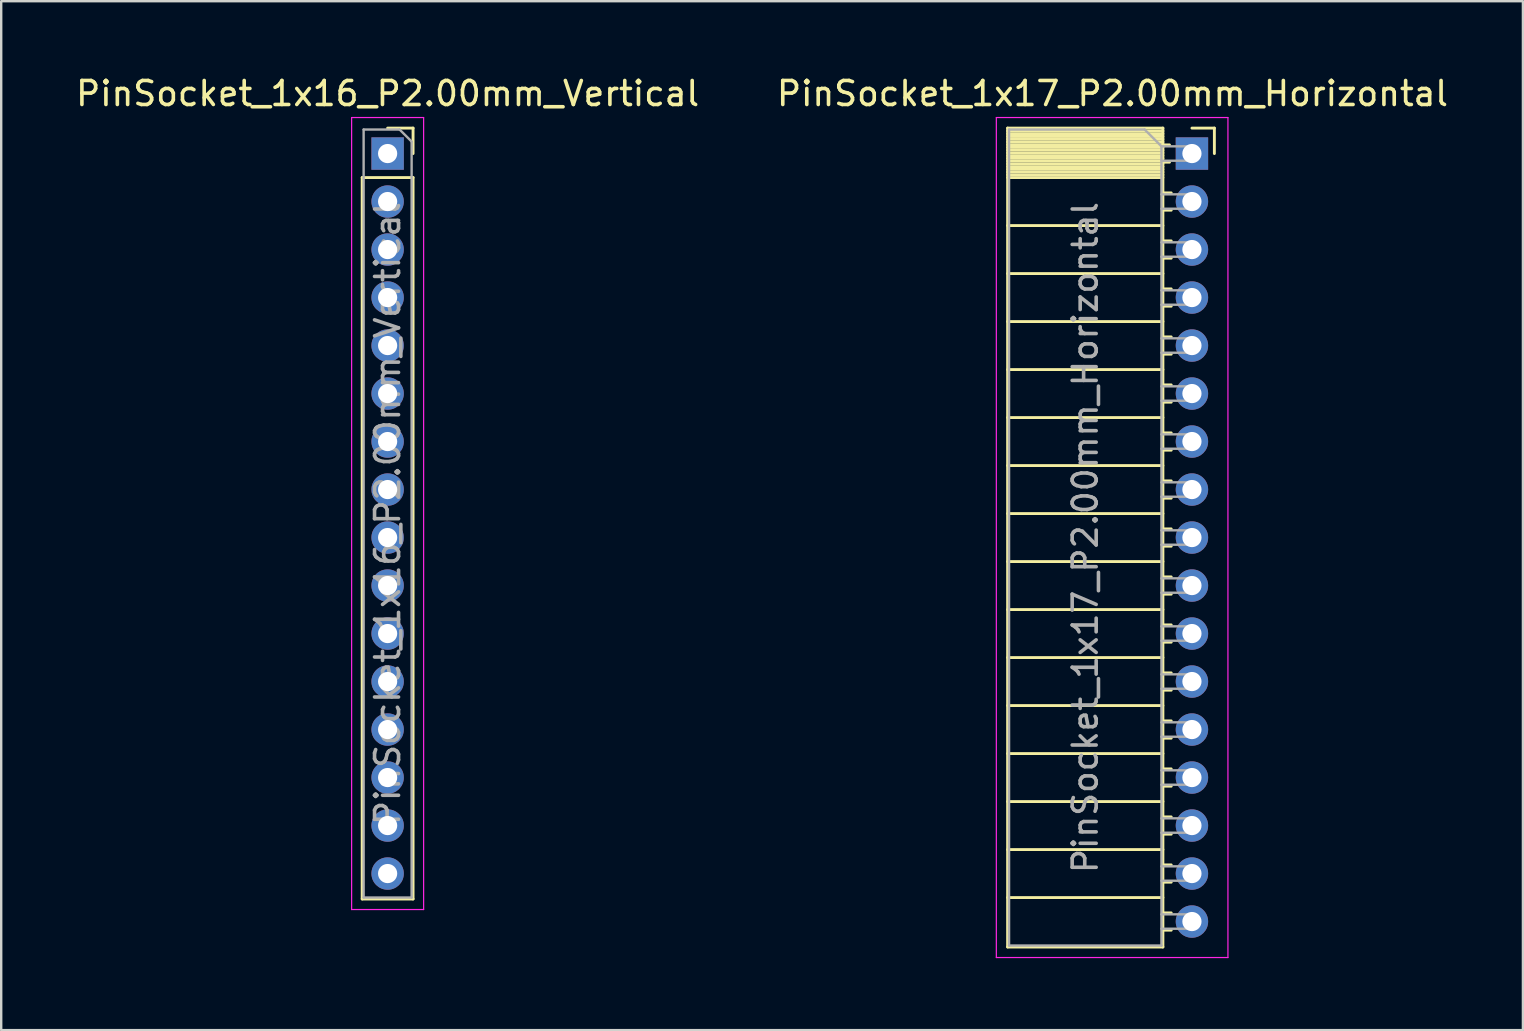
<source format=kicad_pcb>
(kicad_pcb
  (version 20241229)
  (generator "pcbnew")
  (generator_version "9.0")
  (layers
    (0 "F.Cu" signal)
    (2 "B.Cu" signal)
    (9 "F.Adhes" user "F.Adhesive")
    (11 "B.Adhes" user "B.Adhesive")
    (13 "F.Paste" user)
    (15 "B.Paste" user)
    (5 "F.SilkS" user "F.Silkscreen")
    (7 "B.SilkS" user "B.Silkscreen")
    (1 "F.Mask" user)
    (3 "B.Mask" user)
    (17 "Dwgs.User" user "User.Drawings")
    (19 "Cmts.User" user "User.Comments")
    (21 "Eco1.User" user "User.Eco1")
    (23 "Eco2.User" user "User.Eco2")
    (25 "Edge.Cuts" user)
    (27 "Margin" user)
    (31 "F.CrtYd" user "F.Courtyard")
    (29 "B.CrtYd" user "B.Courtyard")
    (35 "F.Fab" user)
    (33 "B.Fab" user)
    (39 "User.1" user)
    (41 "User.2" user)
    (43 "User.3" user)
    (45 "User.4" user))
  (footprint "PinSocket_1x16_P2.00mm_Vertical"
    (layer "F.Cu")
    (at 13.101 3.348)
    (property "Reference" "PinSocket_1x16_P2.00mm_Vertical" (at 0 -2.5 0) (layer "F.SilkS") (effects (font (size 1 1) (thickness 0.15))))
    (attr through_hole)
    (fp_line (start -1.06 1) (end -1.06 31.06) (stroke (width 0.12) (type solid)) (layer "F.SilkS"))
    (fp_line (start -1.06 1) (end 1.06 1) (stroke (width 0.12) (type solid)) (layer "F.SilkS"))
    (fp_line (start -1.06 31.06) (end 1.06 31.06) (stroke (width 0.12) (type solid)) (layer "F.SilkS"))
    (fp_line (start 0 -1.06) (end 1.06 -1.06) (stroke (width 0.12) (type solid)) (layer "F.SilkS"))
    (fp_line (start 1.06 -1.06) (end 1.06 0) (stroke (width 0.12) (type solid)) (layer "F.SilkS"))
    (fp_line (start 1.06 1) (end 1.06 31.06) (stroke (width 0.12) (type solid)) (layer "F.SilkS"))
    (fp_line (start -1.5 -1.5) (end 1.5 -1.5) (stroke (width 0.05) (type solid)) (layer "F.CrtYd"))
    (fp_line (start -1.5 31.5) (end -1.5 -1.5) (stroke (width 0.05) (type solid)) (layer "F.CrtYd"))
    (fp_line (start 1.5 -1.5) (end 1.5 31.5) (stroke (width 0.05) (type solid)) (layer "F.CrtYd"))
    (fp_line (start 1.5 31.5) (end -1.5 31.5) (stroke (width 0.05) (type solid)) (layer "F.CrtYd"))
    (fp_line (start -1 -1) (end 0.5 -1) (stroke (width 0.1) (type solid)) (layer "F.Fab"))
    (fp_line (start -1 31) (end -1 -1) (stroke (width 0.1) (type solid)) (layer "F.Fab"))
    (fp_line (start 0.5 -1) (end 1 -0.5) (stroke (width 0.1) (type solid)) (layer "F.Fab"))
    (fp_line (start 1 -0.5) (end 1 31) (stroke (width 0.1) (type solid)) (layer "F.Fab"))
    (fp_line (start 1 31) (end -1 31) (stroke (width 0.1) (type solid)) (layer "F.Fab"))
    (fp_text user "${REFERENCE}" (at 0 15 90) (layer "F.Fab") (effects (font (size 1 1) (thickness 0.15))))
    (pad "1" thru_hole rect (at 0 0) (size 1.35 1.35) (drill 0.8) (layers "*.Cu" "*.Mask"))
    (pad "2" thru_hole oval (at 0 2) (size 1.35 1.35) (drill 0.8) (layers "*.Cu" "*.Mask"))
    (pad "3" thru_hole oval (at 0 4) (size 1.35 1.35) (drill 0.8) (layers "*.Cu" "*.Mask"))
    (pad "4" thru_hole oval (at 0 6) (size 1.35 1.35) (drill 0.8) (layers "*.Cu" "*.Mask"))
    (pad "5" thru_hole oval (at 0 8) (size 1.35 1.35) (drill 0.8) (layers "*.Cu" "*.Mask"))
    (pad "6" thru_hole oval (at 0 10) (size 1.35 1.35) (drill 0.8) (layers "*.Cu" "*.Mask"))
    (pad "7" thru_hole oval (at 0 12) (size 1.35 1.35) (drill 0.8) (layers "*.Cu" "*.Mask"))
    (pad "8" thru_hole oval (at 0 14) (size 1.35 1.35) (drill 0.8) (layers "*.Cu" "*.Mask"))
    (pad "9" thru_hole oval (at 0 16) (size 1.35 1.35) (drill 0.8) (layers "*.Cu" "*.Mask"))
    (pad "10" thru_hole oval (at 0 18) (size 1.35 1.35) (drill 0.8) (layers "*.Cu" "*.Mask"))
    (pad "11" thru_hole oval (at 0 20) (size 1.35 1.35) (drill 0.8) (layers "*.Cu" "*.Mask"))
    (pad "12" thru_hole oval (at 0 22) (size 1.35 1.35) (drill 0.8) (layers "*.Cu" "*.Mask"))
    (pad "13" thru_hole oval (at 0 24) (size 1.35 1.35) (drill 0.8) (layers "*.Cu" "*.Mask"))
    (pad "14" thru_hole oval (at 0 26) (size 1.35 1.35) (drill 0.8) (layers "*.Cu" "*.Mask"))
    (pad "15" thru_hole oval (at 0 28) (size 1.35 1.35) (drill 0.8) (layers "*.Cu" "*.Mask"))
    (pad "16" thru_hole oval (at 0 30) (size 1.35 1.35) (drill 0.8) (layers "*.Cu" "*.Mask")))
  (footprint "PinSocket_1x17_P2.00mm_Horizontal"
    (layer "F.Cu")
    (at 46.614 3.348)
    (property "Reference" "PinSocket_1x17_P2.00mm_Horizontal" (at -3.31 -2.5 0) (layer "F.SilkS") (effects (font (size 1 1) (thickness 0.15))))
    (attr through_hole)
    (fp_line (start -7.68 -1.06) (end -7.68 33.06) (stroke (width 0.12) (type solid)) (layer "F.SilkS"))
    (fp_line (start -7.68 -1.06) (end -1.21 -1.06) (stroke (width 0.12) (type solid)) (layer "F.SilkS"))
    (fp_line (start -7.68 -0.94) (end -1.21 -0.94) (stroke (width 0.12) (type solid)) (layer "F.SilkS"))
    (fp_line (start -7.68 -0.826) (end -1.21 -0.826) (stroke (width 0.12) (type solid)) (layer "F.SilkS"))
    (fp_line (start -7.68 -0.712) (end -1.21 -0.712) (stroke (width 0.12) (type solid)) (layer "F.SilkS"))
    (fp_line (start -7.68 -0.598) (end -1.21 -0.598) (stroke (width 0.12) (type solid)) (layer "F.SilkS"))
    (fp_line (start -7.68 -0.484) (end -1.21 -0.484) (stroke (width 0.12) (type solid)) (layer "F.SilkS"))
    (fp_line (start -7.68 -0.369) (end -1.21 -0.369) (stroke (width 0.12) (type solid)) (layer "F.SilkS"))
    (fp_line (start -7.68 -0.255) (end -1.21 -0.255) (stroke (width 0.12) (type solid)) (layer "F.SilkS"))
    (fp_line (start -7.68 -0.141) (end -1.21 -0.141) (stroke (width 0.12) (type solid)) (layer "F.SilkS"))
    (fp_line (start -7.68 -0.027) (end -1.21 -0.027) (stroke (width 0.12) (type solid)) (layer "F.SilkS"))
    (fp_line (start -7.68 0.087) (end -1.21 0.087) (stroke (width 0.12) (type solid)) (layer "F.SilkS"))
    (fp_line (start -7.68 0.201) (end -1.21 0.201) (stroke (width 0.12) (type solid)) (layer "F.SilkS"))
    (fp_line (start -7.68 0.315) (end -1.21 0.315) (stroke (width 0.12) (type solid)) (layer "F.SilkS"))
    (fp_line (start -7.68 0.429) (end -1.21 0.429) (stroke (width 0.12) (type solid)) (layer "F.SilkS"))
    (fp_line (start -7.68 0.544) (end -1.21 0.544) (stroke (width 0.12) (type solid)) (layer "F.SilkS"))
    (fp_line (start -7.68 0.658) (end -1.21 0.658) (stroke (width 0.12) (type solid)) (layer "F.SilkS"))
    (fp_line (start -7.68 0.772) (end -1.21 0.772) (stroke (width 0.12) (type solid)) (layer "F.SilkS"))
    (fp_line (start -7.68 0.886) (end -1.21 0.886) (stroke (width 0.12) (type solid)) (layer "F.SilkS"))
    (fp_line (start -7.68 1) (end -1.21 1) (stroke (width 0.12) (type solid)) (layer "F.SilkS"))
    (fp_line (start -7.68 3) (end -1.21 3) (stroke (width 0.12) (type solid)) (layer "F.SilkS"))
    (fp_line (start -7.68 5) (end -1.21 5) (stroke (width 0.12) (type solid)) (layer "F.SilkS"))
    (fp_line (start -7.68 7) (end -1.21 7) (stroke (width 0.12) (type solid)) (layer "F.SilkS"))
    (fp_line (start -7.68 9) (end -1.21 9) (stroke (width 0.12) (type solid)) (layer "F.SilkS"))
    (fp_line (start -7.68 11) (end -1.21 11) (stroke (width 0.12) (type solid)) (layer "F.SilkS"))
    (fp_line (start -7.68 13) (end -1.21 13) (stroke (width 0.12) (type solid)) (layer "F.SilkS"))
    (fp_line (start -7.68 15) (end -1.21 15) (stroke (width 0.12) (type solid)) (layer "F.SilkS"))
    (fp_line (start -7.68 17) (end -1.21 17) (stroke (width 0.12) (type solid)) (layer "F.SilkS"))
    (fp_line (start -7.68 19) (end -1.21 19) (stroke (width 0.12) (type solid)) (layer "F.SilkS"))
    (fp_line (start -7.68 21) (end -1.21 21) (stroke (width 0.12) (type solid)) (layer "F.SilkS"))
    (fp_line (start -7.68 23) (end -1.21 23) (stroke (width 0.12) (type solid)) (layer "F.SilkS"))
    (fp_line (start -7.68 25) (end -1.21 25) (stroke (width 0.12) (type solid)) (layer "F.SilkS"))
    (fp_line (start -7.68 27) (end -1.21 27) (stroke (width 0.12) (type solid)) (layer "F.SilkS"))
    (fp_line (start -7.68 29) (end -1.21 29) (stroke (width 0.12) (type solid)) (layer "F.SilkS"))
    (fp_line (start -7.68 31) (end -1.21 31) (stroke (width 0.12) (type solid)) (layer "F.SilkS"))
    (fp_line (start -7.68 33.06) (end -1.21 33.06) (stroke (width 0.12) (type solid)) (layer "F.SilkS"))
    (fp_line (start -1.21 -1.06) (end -1.21 33.06) (stroke (width 0.12) (type solid)) (layer "F.SilkS"))
    (fp_line (start -1.21 -0.36) (end -0.935 -0.36) (stroke (width 0.12) (type solid)) (layer "F.SilkS"))
    (fp_line (start -1.21 0.36) (end -0.935 0.36) (stroke (width 0.12) (type solid)) (layer "F.SilkS"))
    (fp_line (start -1.21 1.64) (end -0.863 1.64) (stroke (width 0.12) (type solid)) (layer "F.SilkS"))
    (fp_line (start -1.21 2.36) (end -0.863 2.36) (stroke (width 0.12) (type solid)) (layer "F.SilkS"))
    (fp_line (start -1.21 3.64) (end -0.863 3.64) (stroke (width 0.12) (type solid)) (layer "F.SilkS"))
    (fp_line (start -1.21 4.36) (end -0.863 4.36) (stroke (width 0.12) (type solid)) (layer "F.SilkS"))
    (fp_line (start -1.21 5.64) (end -0.863 5.64) (stroke (width 0.12) (type solid)) (layer "F.SilkS"))
    (fp_line (start -1.21 6.36) (end -0.863 6.36) (stroke (width 0.12) (type solid)) (layer "F.SilkS"))
    (fp_line (start -1.21 7.64) (end -0.863 7.64) (stroke (width 0.12) (type solid)) (layer "F.SilkS"))
    (fp_line (start -1.21 8.36) (end -0.863 8.36) (stroke (width 0.12) (type solid)) (layer "F.SilkS"))
    (fp_line (start -1.21 9.64) (end -0.863 9.64) (stroke (width 0.12) (type solid)) (layer "F.SilkS"))
    (fp_line (start -1.21 10.36) (end -0.863 10.36) (stroke (width 0.12) (type solid)) (layer "F.SilkS"))
    (fp_line (start -1.21 11.64) (end -0.863 11.64) (stroke (width 0.12) (type solid)) (layer "F.SilkS"))
    (fp_line (start -1.21 12.36) (end -0.863 12.36) (stroke (width 0.12) (type solid)) (layer "F.SilkS"))
    (fp_line (start -1.21 13.64) (end -0.863 13.64) (stroke (width 0.12) (type solid)) (layer "F.SilkS"))
    (fp_line (start -1.21 14.36) (end -0.863 14.36) (stroke (width 0.12) (type solid)) (layer "F.SilkS"))
    (fp_line (start -1.21 15.64) (end -0.863 15.64) (stroke (width 0.12) (type solid)) (layer "F.SilkS"))
    (fp_line (start -1.21 16.36) (end -0.863 16.36) (stroke (width 0.12) (type solid)) (layer "F.SilkS"))
    (fp_line (start -1.21 17.64) (end -0.863 17.64) (stroke (width 0.12) (type solid)) (layer "F.SilkS"))
    (fp_line (start -1.21 18.36) (end -0.863 18.36) (stroke (width 0.12) (type solid)) (layer "F.SilkS"))
    (fp_line (start -1.21 19.64) (end -0.863 19.64) (stroke (width 0.12) (type solid)) (layer "F.SilkS"))
    (fp_line (start -1.21 20.36) (end -0.863 20.36) (stroke (width 0.12) (type solid)) (layer "F.SilkS"))
    (fp_line (start -1.21 21.64) (end -0.863 21.64) (stroke (width 0.12) (type solid)) (layer "F.SilkS"))
    (fp_line (start -1.21 22.36) (end -0.863 22.36) (stroke (width 0.12) (type solid)) (layer "F.SilkS"))
    (fp_line (start -1.21 23.64) (end -0.863 23.64) (stroke (width 0.12) (type solid)) (layer "F.SilkS"))
    (fp_line (start -1.21 24.36) (end -0.863 24.36) (stroke (width 0.12) (type solid)) (layer "F.SilkS"))
    (fp_line (start -1.21 25.64) (end -0.863 25.64) (stroke (width 0.12) (type solid)) (layer "F.SilkS"))
    (fp_line (start -1.21 26.36) (end -0.863 26.36) (stroke (width 0.12) (type solid)) (layer "F.SilkS"))
    (fp_line (start -1.21 27.64) (end -0.863 27.64) (stroke (width 0.12) (type solid)) (layer "F.SilkS"))
    (fp_line (start -1.21 28.36) (end -0.863 28.36) (stroke (width 0.12) (type solid)) (layer "F.SilkS"))
    (fp_line (start -1.21 29.64) (end -0.863 29.64) (stroke (width 0.12) (type solid)) (layer "F.SilkS"))
    (fp_line (start -1.21 30.36) (end -0.863 30.36) (stroke (width 0.12) (type solid)) (layer "F.SilkS"))
    (fp_line (start -1.21 31.64) (end -0.863 31.64) (stroke (width 0.12) (type solid)) (layer "F.SilkS"))
    (fp_line (start -1.21 32.36) (end -0.863 32.36) (stroke (width 0.12) (type solid)) (layer "F.SilkS"))
    (fp_line (start 0 -1.06) (end 0.935 -1.06) (stroke (width 0.12) (type solid)) (layer "F.SilkS"))
    (fp_line (start 0.935 -1.06) (end 0.935 0) (stroke (width 0.12) (type solid)) (layer "F.SilkS"))
    (fp_line (start -8.15 -1.5) (end -8.15 33.5) (stroke (width 0.05) (type solid)) (layer "F.CrtYd"))
    (fp_line (start -8.15 33.5) (end 1.5 33.5) (stroke (width 0.05) (type solid)) (layer "F.CrtYd"))
    (fp_line (start 1.5 -1.5) (end -8.15 -1.5) (stroke (width 0.05) (type solid)) (layer "F.CrtYd"))
    (fp_line (start 1.5 33.5) (end 1.5 -1.5) (stroke (width 0.05) (type solid)) (layer "F.CrtYd"))
    (fp_line (start -7.62 -1) (end -1.97 -1) (stroke (width 0.1) (type solid)) (layer "F.Fab"))
    (fp_line (start -7.62 33) (end -7.62 -1) (stroke (width 0.1) (type solid)) (layer "F.Fab"))
    (fp_line (start -1.97 -1) (end -1.27 -0.3) (stroke (width 0.1) (type solid)) (layer "F.Fab"))
    (fp_line (start -1.27 -0.3) (end -1.27 33) (stroke (width 0.1) (type solid)) (layer "F.Fab"))
    (fp_line (start -1.27 0.3) (end 0 0.3) (stroke (width 0.1) (type solid)) (layer "F.Fab"))
    (fp_line (start -1.27 2.3) (end 0 2.3) (stroke (width 0.1) (type solid)) (layer "F.Fab"))
    (fp_line (start -1.27 4.3) (end 0 4.3) (stroke (width 0.1) (type solid)) (layer "F.Fab"))
    (fp_line (start -1.27 6.3) (end 0 6.3) (stroke (width 0.1) (type solid)) (layer "F.Fab"))
    (fp_line (start -1.27 8.3) (end 0 8.3) (stroke (width 0.1) (type solid)) (layer "F.Fab"))
    (fp_line (start -1.27 10.3) (end 0 10.3) (stroke (width 0.1) (type solid)) (layer "F.Fab"))
    (fp_line (start -1.27 12.3) (end 0 12.3) (stroke (width 0.1) (type solid)) (layer "F.Fab"))
    (fp_line (start -1.27 14.3) (end 0 14.3) (stroke (width 0.1) (type solid)) (layer "F.Fab"))
    (fp_line (start -1.27 16.3) (end 0 16.3) (stroke (width 0.1) (type solid)) (layer "F.Fab"))
    (fp_line (start -1.27 18.3) (end 0 18.3) (stroke (width 0.1) (type solid)) (layer "F.Fab"))
    (fp_line (start -1.27 20.3) (end 0 20.3) (stroke (width 0.1) (type solid)) (layer "F.Fab"))
    (fp_line (start -1.27 22.3) (end 0 22.3) (stroke (width 0.1) (type solid)) (layer "F.Fab"))
    (fp_line (start -1.27 24.3) (end 0 24.3) (stroke (width 0.1) (type solid)) (layer "F.Fab"))
    (fp_line (start -1.27 26.3) (end 0 26.3) (stroke (width 0.1) (type solid)) (layer "F.Fab"))
    (fp_line (start -1.27 28.3) (end 0 28.3) (stroke (width 0.1) (type solid)) (layer "F.Fab"))
    (fp_line (start -1.27 30.3) (end 0 30.3) (stroke (width 0.1) (type solid)) (layer "F.Fab"))
    (fp_line (start -1.27 32.3) (end 0 32.3) (stroke (width 0.1) (type solid)) (layer "F.Fab"))
    (fp_line (start -1.27 33) (end -7.62 33) (stroke (width 0.1) (type solid)) (layer "F.Fab"))
    (fp_line (start 0 -0.3) (end -1.27 -0.3) (stroke (width 0.1) (type solid)) (layer "F.Fab"))
    (fp_line (start 0 0.3) (end 0 -0.3) (stroke (width 0.1) (type solid)) (layer "F.Fab"))
    (fp_line (start 0 1.7) (end -1.27 1.7) (stroke (width 0.1) (type solid)) (layer "F.Fab"))
    (fp_line (start 0 2.3) (end 0 1.7) (stroke (width 0.1) (type solid)) (layer "F.Fab"))
    (fp_line (start 0 3.7) (end -1.27 3.7) (stroke (width 0.1) (type solid)) (layer "F.Fab"))
    (fp_line (start 0 4.3) (end 0 3.7) (stroke (width 0.1) (type solid)) (layer "F.Fab"))
    (fp_line (start 0 5.7) (end -1.27 5.7) (stroke (width 0.1) (type solid)) (layer "F.Fab"))
    (fp_line (start 0 6.3) (end 0 5.7) (stroke (width 0.1) (type solid)) (layer "F.Fab"))
    (fp_line (start 0 7.7) (end -1.27 7.7) (stroke (width 0.1) (type solid)) (layer "F.Fab"))
    (fp_line (start 0 8.3) (end 0 7.7) (stroke (width 0.1) (type solid)) (layer "F.Fab"))
    (fp_line (start 0 9.7) (end -1.27 9.7) (stroke (width 0.1) (type solid)) (layer "F.Fab"))
    (fp_line (start 0 10.3) (end 0 9.7) (stroke (width 0.1) (type solid)) (layer "F.Fab"))
    (fp_line (start 0 11.7) (end -1.27 11.7) (stroke (width 0.1) (type solid)) (layer "F.Fab"))
    (fp_line (start 0 12.3) (end 0 11.7) (stroke (width 0.1) (type solid)) (layer "F.Fab"))
    (fp_line (start 0 13.7) (end -1.27 13.7) (stroke (width 0.1) (type solid)) (layer "F.Fab"))
    (fp_line (start 0 14.3) (end 0 13.7) (stroke (width 0.1) (type solid)) (layer "F.Fab"))
    (fp_line (start 0 15.7) (end -1.27 15.7) (stroke (width 0.1) (type solid)) (layer "F.Fab"))
    (fp_line (start 0 16.3) (end 0 15.7) (stroke (width 0.1) (type solid)) (layer "F.Fab"))
    (fp_line (start 0 17.7) (end -1.27 17.7) (stroke (width 0.1) (type solid)) (layer "F.Fab"))
    (fp_line (start 0 18.3) (end 0 17.7) (stroke (width 0.1) (type solid)) (layer "F.Fab"))
    (fp_line (start 0 19.7) (end -1.27 19.7) (stroke (width 0.1) (type solid)) (layer "F.Fab"))
    (fp_line (start 0 20.3) (end 0 19.7) (stroke (width 0.1) (type solid)) (layer "F.Fab"))
    (fp_line (start 0 21.7) (end -1.27 21.7) (stroke (width 0.1) (type solid)) (layer "F.Fab"))
    (fp_line (start 0 22.3) (end 0 21.7) (stroke (width 0.1) (type solid)) (layer "F.Fab"))
    (fp_line (start 0 23.7) (end -1.27 23.7) (stroke (width 0.1) (type solid)) (layer "F.Fab"))
    (fp_line (start 0 24.3) (end 0 23.7) (stroke (width 0.1) (type solid)) (layer "F.Fab"))
    (fp_line (start 0 25.7) (end -1.27 25.7) (stroke (width 0.1) (type solid)) (layer "F.Fab"))
    (fp_line (start 0 26.3) (end 0 25.7) (stroke (width 0.1) (type solid)) (layer "F.Fab"))
    (fp_line (start 0 27.7) (end -1.27 27.7) (stroke (width 0.1) (type solid)) (layer "F.Fab"))
    (fp_line (start 0 28.3) (end 0 27.7) (stroke (width 0.1) (type solid)) (layer "F.Fab"))
    (fp_line (start 0 29.7) (end -1.27 29.7) (stroke (width 0.1) (type solid)) (layer "F.Fab"))
    (fp_line (start 0 30.3) (end 0 29.7) (stroke (width 0.1) (type solid)) (layer "F.Fab"))
    (fp_line (start 0 31.7) (end -1.27 31.7) (stroke (width 0.1) (type solid)) (layer "F.Fab"))
    (fp_line (start 0 32.3) (end 0 31.7) (stroke (width 0.1) (type solid)) (layer "F.Fab"))
    (fp_text user "${REFERENCE}" (at -4.445 16 90) (layer "F.Fab") (effects (font (size 1 1) (thickness 0.15))))
    (pad "1" thru_hole rect (at 0 0) (size 1.35 1.35) (drill 0.8) (layers "*.Cu" "*.Mask"))
    (pad "2" thru_hole oval (at 0 2) (size 1.35 1.35) (drill 0.8) (layers "*.Cu" "*.Mask"))
    (pad "3" thru_hole oval (at 0 4) (size 1.35 1.35) (drill 0.8) (layers "*.Cu" "*.Mask"))
    (pad "4" thru_hole oval (at 0 6) (size 1.35 1.35) (drill 0.8) (layers "*.Cu" "*.Mask"))
    (pad "5" thru_hole oval (at 0 8) (size 1.35 1.35) (drill 0.8) (layers "*.Cu" "*.Mask"))
    (pad "6" thru_hole oval (at 0 10) (size 1.35 1.35) (drill 0.8) (layers "*.Cu" "*.Mask"))
    (pad "7" thru_hole oval (at 0 12) (size 1.35 1.35) (drill 0.8) (layers "*.Cu" "*.Mask"))
    (pad "8" thru_hole oval (at 0 14) (size 1.35 1.35) (drill 0.8) (layers "*.Cu" "*.Mask"))
    (pad "9" thru_hole oval (at 0 16) (size 1.35 1.35) (drill 0.8) (layers "*.Cu" "*.Mask"))
    (pad "10" thru_hole oval (at 0 18) (size 1.35 1.35) (drill 0.8) (layers "*.Cu" "*.Mask"))
    (pad "11" thru_hole oval (at 0 20) (size 1.35 1.35) (drill 0.8) (layers "*.Cu" "*.Mask"))
    (pad "12" thru_hole oval (at 0 22) (size 1.35 1.35) (drill 0.8) (layers "*.Cu" "*.Mask"))
    (pad "13" thru_hole oval (at 0 24) (size 1.35 1.35) (drill 0.8) (layers "*.Cu" "*.Mask"))
    (pad "14" thru_hole oval (at 0 26) (size 1.35 1.35) (drill 0.8) (layers "*.Cu" "*.Mask"))
    (pad "15" thru_hole oval (at 0 28) (size 1.35 1.35) (drill 0.8) (layers "*.Cu" "*.Mask"))
    (pad "16" thru_hole oval (at 0 30) (size 1.35 1.35) (drill 0.8) (layers "*.Cu" "*.Mask"))
    (pad "17" thru_hole oval (at 0 32) (size 1.35 1.35) (drill 0.8) (layers "*.Cu" "*.Mask")))
  (gr_rect
    (start -3 -3)
    (end 60.405 39.873)
    (stroke (width 0.1) (type default))
    (fill no)
    (layer "Edge.Cuts")))
</source>
